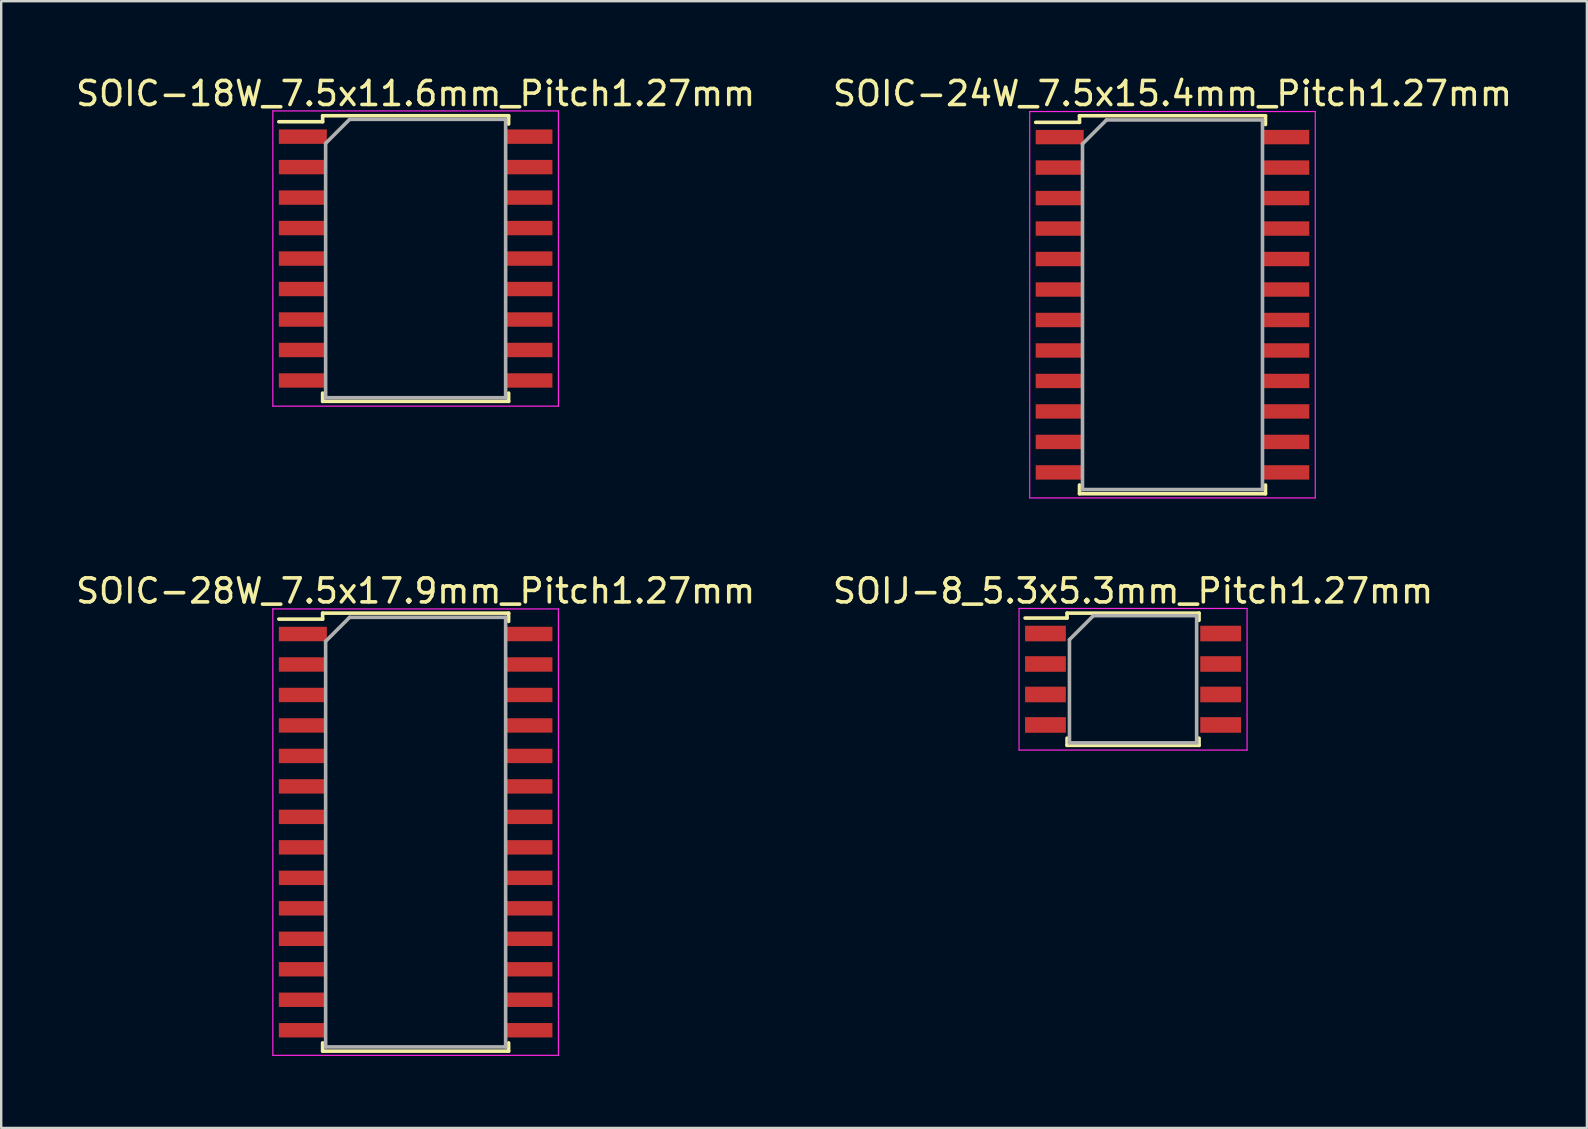
<source format=kicad_pcb>
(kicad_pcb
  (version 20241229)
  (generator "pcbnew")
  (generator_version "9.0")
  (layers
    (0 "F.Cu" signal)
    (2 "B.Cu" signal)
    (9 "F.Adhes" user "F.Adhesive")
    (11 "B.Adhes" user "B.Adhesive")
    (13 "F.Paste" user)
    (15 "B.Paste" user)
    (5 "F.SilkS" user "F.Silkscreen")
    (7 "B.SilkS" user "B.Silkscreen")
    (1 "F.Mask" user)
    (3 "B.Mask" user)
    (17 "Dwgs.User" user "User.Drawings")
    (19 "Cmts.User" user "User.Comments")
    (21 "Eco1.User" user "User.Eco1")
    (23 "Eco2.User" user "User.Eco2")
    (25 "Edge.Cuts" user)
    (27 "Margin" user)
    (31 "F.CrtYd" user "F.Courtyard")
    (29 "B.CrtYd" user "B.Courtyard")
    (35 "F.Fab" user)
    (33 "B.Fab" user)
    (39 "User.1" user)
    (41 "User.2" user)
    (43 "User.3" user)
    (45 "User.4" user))
  (footprint "SOIJ-8_5.3x5.3mm_Pitch1.27mm"
    (layer "F.Cu")
    (at 44.161 25.252)
    (property "Reference" "SOIJ-8_5.3x5.3mm_Pitch1.27mm" (at 0 -3.68 0) (layer "F.SilkS") (effects (font (size 1 1) (thickness 0.15))))
    (attr smd)
    (fp_line (start -2.75 -2.755) (end -2.75 -2.55) (stroke (width 0.15) (type solid)) (layer "F.SilkS"))
    (fp_line (start -2.75 -2.755) (end 2.75 -2.755) (stroke (width 0.15) (type solid)) (layer "F.SilkS"))
    (fp_line (start -2.75 -2.55) (end -4.5 -2.55) (stroke (width 0.15) (type solid)) (layer "F.SilkS"))
    (fp_line (start -2.75 2.755) (end -2.75 2.455) (stroke (width 0.15) (type solid)) (layer "F.SilkS"))
    (fp_line (start -2.75 2.755) (end 2.75 2.755) (stroke (width 0.15) (type solid)) (layer "F.SilkS"))
    (fp_line (start 2.75 -2.755) (end 2.75 -2.455) (stroke (width 0.15) (type solid)) (layer "F.SilkS"))
    (fp_line (start 2.75 2.755) (end 2.75 2.455) (stroke (width 0.15) (type solid)) (layer "F.SilkS"))
    (fp_line (start -4.75 -2.95) (end -4.75 2.95) (stroke (width 0.05) (type solid)) (layer "F.CrtYd"))
    (fp_line (start -4.75 -2.95) (end 4.75 -2.95) (stroke (width 0.05) (type solid)) (layer "F.CrtYd"))
    (fp_line (start -4.75 2.95) (end 4.75 2.95) (stroke (width 0.05) (type solid)) (layer "F.CrtYd"))
    (fp_line (start 4.75 -2.95) (end 4.75 2.95) (stroke (width 0.05) (type solid)) (layer "F.CrtYd"))
    (fp_line (start -2.65 -1.65) (end -1.65 -2.65) (stroke (width 0.15) (type solid)) (layer "F.Fab"))
    (fp_line (start -2.65 2.65) (end -2.65 -1.65) (stroke (width 0.15) (type solid)) (layer "F.Fab"))
    (fp_line (start -1.65 -2.65) (end 2.65 -2.65) (stroke (width 0.15) (type solid)) (layer "F.Fab"))
    (fp_line (start 2.65 -2.65) (end 2.65 2.65) (stroke (width 0.15) (type solid)) (layer "F.Fab"))
    (fp_line (start 2.65 2.65) (end -2.65 2.65) (stroke (width 0.15) (type solid)) (layer "F.Fab"))
    (pad "1" smd rect (at -3.65 -1.905) (size 1.7 0.65) (layers "F.Cu" "F.Mask" "F.Paste"))
    (pad "2" smd rect (at -3.65 -0.635) (size 1.7 0.65) (layers "F.Cu" "F.Mask" "F.Paste"))
    (pad "3" smd rect (at -3.65 0.635) (size 1.7 0.65) (layers "F.Cu" "F.Mask" "F.Paste"))
    (pad "4" smd rect (at -3.65 1.905) (size 1.7 0.65) (layers "F.Cu" "F.Mask" "F.Paste"))
    (pad "5" smd rect (at 3.65 1.905) (size 1.7 0.65) (layers "F.Cu" "F.Mask" "F.Paste"))
    (pad "6" smd rect (at 3.65 0.635) (size 1.7 0.65) (layers "F.Cu" "F.Mask" "F.Paste"))
    (pad "7" smd rect (at 3.65 -0.635) (size 1.7 0.65) (layers "F.Cu" "F.Mask" "F.Paste"))
    (pad "8" smd rect (at 3.65 -1.905) (size 1.7 0.65) (layers "F.Cu" "F.Mask" "F.Paste")))
  (footprint "SOIC-18W_7.5x11.6mm_Pitch1.27mm"
    (layer "F.Cu")
    (at 14.268 7.723)
    (property "Reference" "SOIC-18W_7.5x11.6mm_Pitch1.27mm" (at 0 -6.875 0) (layer "F.SilkS") (effects (font (size 1 1) (thickness 0.15))))
    (attr smd)
    (fp_line (start -3.875 -5.95) (end -3.875 -5.7) (stroke (width 0.15) (type solid)) (layer "F.SilkS"))
    (fp_line (start -3.875 -5.95) (end 3.875 -5.95) (stroke (width 0.15) (type solid)) (layer "F.SilkS"))
    (fp_line (start -3.875 -5.7) (end -5.7 -5.7) (stroke (width 0.15) (type solid)) (layer "F.SilkS"))
    (fp_line (start -3.875 5.95) (end -3.875 5.605) (stroke (width 0.15) (type solid)) (layer "F.SilkS"))
    (fp_line (start -3.875 5.95) (end 3.875 5.95) (stroke (width 0.15) (type solid)) (layer "F.SilkS"))
    (fp_line (start 3.875 -5.95) (end 3.875 -5.605) (stroke (width 0.15) (type solid)) (layer "F.SilkS"))
    (fp_line (start 3.875 5.95) (end 3.875 5.605) (stroke (width 0.15) (type solid)) (layer "F.SilkS"))
    (fp_line (start -5.95 -6.15) (end -5.95 6.15) (stroke (width 0.05) (type solid)) (layer "F.CrtYd"))
    (fp_line (start -5.95 -6.15) (end 5.95 -6.15) (stroke (width 0.05) (type solid)) (layer "F.CrtYd"))
    (fp_line (start -5.95 6.15) (end 5.95 6.15) (stroke (width 0.05) (type solid)) (layer "F.CrtYd"))
    (fp_line (start 5.95 -6.15) (end 5.95 6.15) (stroke (width 0.05) (type solid)) (layer "F.CrtYd"))
    (fp_line (start -3.75 -4.8) (end -2.75 -5.8) (stroke (width 0.15) (type solid)) (layer "F.Fab"))
    (fp_line (start -3.75 5.8) (end -3.75 -4.8) (stroke (width 0.15) (type solid)) (layer "F.Fab"))
    (fp_line (start -2.75 -5.8) (end 3.75 -5.8) (stroke (width 0.15) (type solid)) (layer "F.Fab"))
    (fp_line (start 3.75 -5.8) (end 3.75 5.8) (stroke (width 0.15) (type solid)) (layer "F.Fab"))
    (fp_line (start 3.75 5.8) (end -3.75 5.8) (stroke (width 0.15) (type solid)) (layer "F.Fab"))
    (pad "1" smd rect (at -4.7 -5.08) (size 2 0.6) (layers "F.Cu" "F.Mask" "F.Paste"))
    (pad "2" smd rect (at -4.7 -3.81) (size 2 0.6) (layers "F.Cu" "F.Mask" "F.Paste"))
    (pad "3" smd rect (at -4.7 -2.54) (size 2 0.6) (layers "F.Cu" "F.Mask" "F.Paste"))
    (pad "4" smd rect (at -4.7 -1.27) (size 2 0.6) (layers "F.Cu" "F.Mask" "F.Paste"))
    (pad "5" smd rect (at -4.7 0) (size 2 0.6) (layers "F.Cu" "F.Mask" "F.Paste"))
    (pad "6" smd rect (at -4.7 1.27) (size 2 0.6) (layers "F.Cu" "F.Mask" "F.Paste"))
    (pad "7" smd rect (at -4.7 2.54) (size 2 0.6) (layers "F.Cu" "F.Mask" "F.Paste"))
    (pad "8" smd rect (at -4.7 3.81) (size 2 0.6) (layers "F.Cu" "F.Mask" "F.Paste"))
    (pad "9" smd rect (at -4.7 5.08) (size 2 0.6) (layers "F.Cu" "F.Mask" "F.Paste"))
    (pad "10" smd rect (at 4.7 5.08) (size 2 0.6) (layers "F.Cu" "F.Mask" "F.Paste"))
    (pad "11" smd rect (at 4.7 3.81) (size 2 0.6) (layers "F.Cu" "F.Mask" "F.Paste"))
    (pad "12" smd rect (at 4.7 2.54) (size 2 0.6) (layers "F.Cu" "F.Mask" "F.Paste"))
    (pad "13" smd rect (at 4.7 1.27) (size 2 0.6) (layers "F.Cu" "F.Mask" "F.Paste"))
    (pad "14" smd rect (at 4.7 0) (size 2 0.6) (layers "F.Cu" "F.Mask" "F.Paste"))
    (pad "15" smd rect (at 4.7 -1.27) (size 2 0.6) (layers "F.Cu" "F.Mask" "F.Paste"))
    (pad "16" smd rect (at 4.7 -2.54) (size 2 0.6) (layers "F.Cu" "F.Mask" "F.Paste"))
    (pad "17" smd rect (at 4.7 -3.81) (size 2 0.6) (layers "F.Cu" "F.Mask" "F.Paste"))
    (pad "18" smd rect (at 4.7 -5.08) (size 2 0.6) (layers "F.Cu" "F.Mask" "F.Paste")))
  (footprint "SOIC-24W_7.5x15.4mm_Pitch1.27mm"
    (layer "F.Cu")
    (at 45.804 9.648)
    (property "Reference" "SOIC-24W_7.5x15.4mm_Pitch1.27mm" (at 0 -8.8 0) (layer "F.SilkS") (effects (font (size 1 1) (thickness 0.15))))
    (attr smd)
    (fp_line (start -3.875 -7.875) (end -3.875 -7.6) (stroke (width 0.15) (type solid)) (layer "F.SilkS"))
    (fp_line (start -3.875 -7.875) (end 3.875 -7.875) (stroke (width 0.15) (type solid)) (layer "F.SilkS"))
    (fp_line (start -3.875 -7.6) (end -5.7 -7.6) (stroke (width 0.15) (type solid)) (layer "F.SilkS"))
    (fp_line (start -3.875 7.875) (end -3.875 7.51) (stroke (width 0.15) (type solid)) (layer "F.SilkS"))
    (fp_line (start -3.875 7.875) (end 3.875 7.875) (stroke (width 0.15) (type solid)) (layer "F.SilkS"))
    (fp_line (start 3.875 -7.875) (end 3.875 -7.51) (stroke (width 0.15) (type solid)) (layer "F.SilkS"))
    (fp_line (start 3.875 7.875) (end 3.875 7.51) (stroke (width 0.15) (type solid)) (layer "F.SilkS"))
    (fp_line (start -5.95 -8.05) (end -5.95 8.05) (stroke (width 0.05) (type solid)) (layer "F.CrtYd"))
    (fp_line (start -5.95 -8.05) (end 5.95 -8.05) (stroke (width 0.05) (type solid)) (layer "F.CrtYd"))
    (fp_line (start -5.95 8.05) (end 5.95 8.05) (stroke (width 0.05) (type solid)) (layer "F.CrtYd"))
    (fp_line (start 5.95 -8.05) (end 5.95 8.05) (stroke (width 0.05) (type solid)) (layer "F.CrtYd"))
    (fp_line (start -3.75 -6.7) (end -2.75 -7.7) (stroke (width 0.15) (type solid)) (layer "F.Fab"))
    (fp_line (start -3.75 7.7) (end -3.75 -6.7) (stroke (width 0.15) (type solid)) (layer "F.Fab"))
    (fp_line (start -2.75 -7.7) (end 3.75 -7.7) (stroke (width 0.15) (type solid)) (layer "F.Fab"))
    (fp_line (start 3.75 -7.7) (end 3.75 7.7) (stroke (width 0.15) (type solid)) (layer "F.Fab"))
    (fp_line (start 3.75 7.7) (end -3.75 7.7) (stroke (width 0.15) (type solid)) (layer "F.Fab"))
    (pad "1" smd rect (at -4.7 -6.985) (size 2 0.6) (layers "F.Cu" "F.Mask" "F.Paste"))
    (pad "2" smd rect (at -4.7 -5.715) (size 2 0.6) (layers "F.Cu" "F.Mask" "F.Paste"))
    (pad "3" smd rect (at -4.7 -4.445) (size 2 0.6) (layers "F.Cu" "F.Mask" "F.Paste"))
    (pad "4" smd rect (at -4.7 -3.175) (size 2 0.6) (layers "F.Cu" "F.Mask" "F.Paste"))
    (pad "5" smd rect (at -4.7 -1.905) (size 2 0.6) (layers "F.Cu" "F.Mask" "F.Paste"))
    (pad "6" smd rect (at -4.7 -0.635) (size 2 0.6) (layers "F.Cu" "F.Mask" "F.Paste"))
    (pad "7" smd rect (at -4.7 0.635) (size 2 0.6) (layers "F.Cu" "F.Mask" "F.Paste"))
    (pad "8" smd rect (at -4.7 1.905) (size 2 0.6) (layers "F.Cu" "F.Mask" "F.Paste"))
    (pad "9" smd rect (at -4.7 3.175) (size 2 0.6) (layers "F.Cu" "F.Mask" "F.Paste"))
    (pad "10" smd rect (at -4.7 4.445) (size 2 0.6) (layers "F.Cu" "F.Mask" "F.Paste"))
    (pad "11" smd rect (at -4.7 5.715) (size 2 0.6) (layers "F.Cu" "F.Mask" "F.Paste"))
    (pad "12" smd rect (at -4.7 6.985) (size 2 0.6) (layers "F.Cu" "F.Mask" "F.Paste"))
    (pad "13" smd rect (at 4.7 6.985) (size 2 0.6) (layers "F.Cu" "F.Mask" "F.Paste"))
    (pad "14" smd rect (at 4.7 5.715) (size 2 0.6) (layers "F.Cu" "F.Mask" "F.Paste"))
    (pad "15" smd rect (at 4.7 4.445) (size 2 0.6) (layers "F.Cu" "F.Mask" "F.Paste"))
    (pad "16" smd rect (at 4.7 3.175) (size 2 0.6) (layers "F.Cu" "F.Mask" "F.Paste"))
    (pad "17" smd rect (at 4.7 1.905) (size 2 0.6) (layers "F.Cu" "F.Mask" "F.Paste"))
    (pad "18" smd rect (at 4.7 0.635) (size 2 0.6) (layers "F.Cu" "F.Mask" "F.Paste"))
    (pad "19" smd rect (at 4.7 -0.635) (size 2 0.6) (layers "F.Cu" "F.Mask" "F.Paste"))
    (pad "20" smd rect (at 4.7 -1.905) (size 2 0.6) (layers "F.Cu" "F.Mask" "F.Paste"))
    (pad "21" smd rect (at 4.7 -3.175) (size 2 0.6) (layers "F.Cu" "F.Mask" "F.Paste"))
    (pad "22" smd rect (at 4.7 -4.445) (size 2 0.6) (layers "F.Cu" "F.Mask" "F.Paste"))
    (pad "23" smd rect (at 4.7 -5.715) (size 2 0.6) (layers "F.Cu" "F.Mask" "F.Paste"))
    (pad "24" smd rect (at 4.7 -6.985) (size 2 0.6) (layers "F.Cu" "F.Mask" "F.Paste")))
  (footprint "SOIC-28W_7.5x17.9mm_Pitch1.27mm"
    (layer "F.Cu")
    (at 14.268 31.622)
    (property "Reference" "SOIC-28W_7.5x17.9mm_Pitch1.27mm" (at 0 -10.05 0) (layer "F.SilkS") (effects (font (size 1 1) (thickness 0.15))))
    (attr smd)
    (fp_line (start -3.875 -9.125) (end -3.875 -8.875) (stroke (width 0.15) (type solid)) (layer "F.SilkS"))
    (fp_line (start -3.875 -9.125) (end 3.875 -9.125) (stroke (width 0.15) (type solid)) (layer "F.SilkS"))
    (fp_line (start -3.875 -8.875) (end -5.7 -8.875) (stroke (width 0.15) (type solid)) (layer "F.SilkS"))
    (fp_line (start -3.875 9.125) (end -3.875 8.78) (stroke (width 0.15) (type solid)) (layer "F.SilkS"))
    (fp_line (start -3.875 9.125) (end 3.875 9.125) (stroke (width 0.15) (type solid)) (layer "F.SilkS"))
    (fp_line (start 3.875 -9.125) (end 3.875 -8.78) (stroke (width 0.15) (type solid)) (layer "F.SilkS"))
    (fp_line (start 3.875 9.125) (end 3.875 8.78) (stroke (width 0.15) (type solid)) (layer "F.SilkS"))
    (fp_line (start -5.95 -9.3) (end -5.95 9.3) (stroke (width 0.05) (type solid)) (layer "F.CrtYd"))
    (fp_line (start -5.95 -9.3) (end 5.95 -9.3) (stroke (width 0.05) (type solid)) (layer "F.CrtYd"))
    (fp_line (start -5.95 9.3) (end 5.95 9.3) (stroke (width 0.05) (type solid)) (layer "F.CrtYd"))
    (fp_line (start 5.95 -9.3) (end 5.95 9.3) (stroke (width 0.05) (type solid)) (layer "F.CrtYd"))
    (fp_line (start -3.75 -7.95) (end -2.75 -8.95) (stroke (width 0.15) (type solid)) (layer "F.Fab"))
    (fp_line (start -3.75 8.95) (end -3.75 -7.95) (stroke (width 0.15) (type solid)) (layer "F.Fab"))
    (fp_line (start -2.75 -8.95) (end 3.75 -8.95) (stroke (width 0.15) (type solid)) (layer "F.Fab"))
    (fp_line (start 3.75 -8.95) (end 3.75 8.95) (stroke (width 0.15) (type solid)) (layer "F.Fab"))
    (fp_line (start 3.75 8.95) (end -3.75 8.95) (stroke (width 0.15) (type solid)) (layer "F.Fab"))
    (pad "1" smd rect (at -4.7 -8.255) (size 2 0.6) (layers "F.Cu" "F.Mask" "F.Paste"))
    (pad "2" smd rect (at -4.7 -6.985) (size 2 0.6) (layers "F.Cu" "F.Mask" "F.Paste"))
    (pad "3" smd rect (at -4.7 -5.715) (size 2 0.6) (layers "F.Cu" "F.Mask" "F.Paste"))
    (pad "4" smd rect (at -4.7 -4.445) (size 2 0.6) (layers "F.Cu" "F.Mask" "F.Paste"))
    (pad "5" smd rect (at -4.7 -3.175) (size 2 0.6) (layers "F.Cu" "F.Mask" "F.Paste"))
    (pad "6" smd rect (at -4.7 -1.905) (size 2 0.6) (layers "F.Cu" "F.Mask" "F.Paste"))
    (pad "7" smd rect (at -4.7 -0.635) (size 2 0.6) (layers "F.Cu" "F.Mask" "F.Paste"))
    (pad "8" smd rect (at -4.7 0.635) (size 2 0.6) (layers "F.Cu" "F.Mask" "F.Paste"))
    (pad "9" smd rect (at -4.7 1.905) (size 2 0.6) (layers "F.Cu" "F.Mask" "F.Paste"))
    (pad "10" smd rect (at -4.7 3.175) (size 2 0.6) (layers "F.Cu" "F.Mask" "F.Paste"))
    (pad "11" smd rect (at -4.7 4.445) (size 2 0.6) (layers "F.Cu" "F.Mask" "F.Paste"))
    (pad "12" smd rect (at -4.7 5.715) (size 2 0.6) (layers "F.Cu" "F.Mask" "F.Paste"))
    (pad "13" smd rect (at -4.7 6.985) (size 2 0.6) (layers "F.Cu" "F.Mask" "F.Paste"))
    (pad "14" smd rect (at -4.7 8.255) (size 2 0.6) (layers "F.Cu" "F.Mask" "F.Paste"))
    (pad "15" smd rect (at 4.7 8.255) (size 2 0.6) (layers "F.Cu" "F.Mask" "F.Paste"))
    (pad "16" smd rect (at 4.7 6.985) (size 2 0.6) (layers "F.Cu" "F.Mask" "F.Paste"))
    (pad "17" smd rect (at 4.7 5.715) (size 2 0.6) (layers "F.Cu" "F.Mask" "F.Paste"))
    (pad "18" smd rect (at 4.7 4.445) (size 2 0.6) (layers "F.Cu" "F.Mask" "F.Paste"))
    (pad "19" smd rect (at 4.7 3.175) (size 2 0.6) (layers "F.Cu" "F.Mask" "F.Paste"))
    (pad "20" smd rect (at 4.7 1.905) (size 2 0.6) (layers "F.Cu" "F.Mask" "F.Paste"))
    (pad "21" smd rect (at 4.7 0.635) (size 2 0.6) (layers "F.Cu" "F.Mask" "F.Paste"))
    (pad "22" smd rect (at 4.7 -0.635) (size 2 0.6) (layers "F.Cu" "F.Mask" "F.Paste"))
    (pad "23" smd rect (at 4.7 -1.905) (size 2 0.6) (layers "F.Cu" "F.Mask" "F.Paste"))
    (pad "24" smd rect (at 4.7 -3.175) (size 2 0.6) (layers "F.Cu" "F.Mask" "F.Paste"))
    (pad "25" smd rect (at 4.7 -4.445) (size 2 0.6) (layers "F.Cu" "F.Mask" "F.Paste"))
    (pad "26" smd rect (at 4.7 -5.715) (size 2 0.6) (layers "F.Cu" "F.Mask" "F.Paste"))
    (pad "27" smd rect (at 4.7 -6.985) (size 2 0.6) (layers "F.Cu" "F.Mask" "F.Paste"))
    (pad "28" smd rect (at 4.7 -8.255) (size 2 0.6) (layers "F.Cu" "F.Mask" "F.Paste")))
  (gr_rect
    (start -3 -3)
    (end 63.071 43.947)
    (stroke (width 0.1) (type default))
    (fill no)
    (layer "Edge.Cuts")))
</source>
